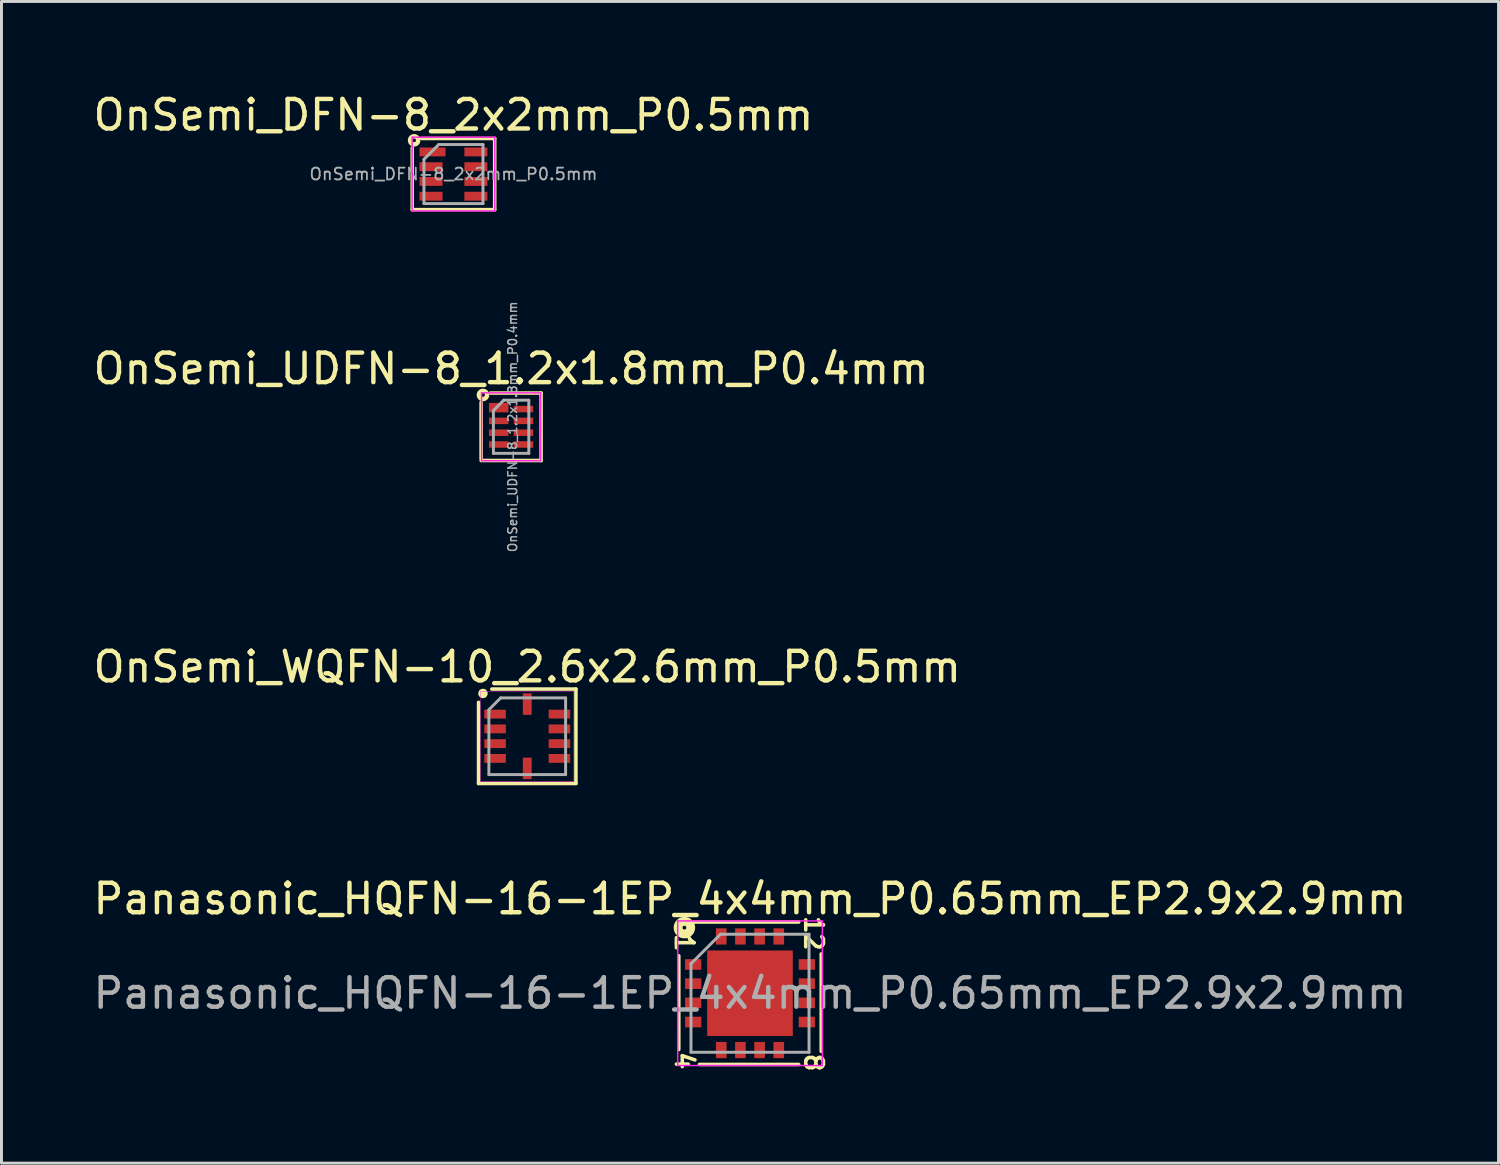
<source format=kicad_pcb>
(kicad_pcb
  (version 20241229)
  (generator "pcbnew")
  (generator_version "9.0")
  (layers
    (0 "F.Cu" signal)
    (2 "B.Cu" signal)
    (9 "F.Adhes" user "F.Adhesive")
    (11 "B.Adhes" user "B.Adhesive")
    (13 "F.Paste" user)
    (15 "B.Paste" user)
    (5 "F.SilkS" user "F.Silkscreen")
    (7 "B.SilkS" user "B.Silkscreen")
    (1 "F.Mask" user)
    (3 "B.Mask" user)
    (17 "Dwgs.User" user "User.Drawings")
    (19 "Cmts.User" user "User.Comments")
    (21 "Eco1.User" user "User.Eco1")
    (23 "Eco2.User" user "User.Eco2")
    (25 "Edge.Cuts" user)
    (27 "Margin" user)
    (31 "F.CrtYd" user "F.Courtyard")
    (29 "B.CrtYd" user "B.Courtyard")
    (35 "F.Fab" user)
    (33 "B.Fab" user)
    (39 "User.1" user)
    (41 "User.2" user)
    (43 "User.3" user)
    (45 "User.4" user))
  (footprint "Panasonic_HQFN-16-1EP_4x4mm_P0.65mm_EP2.9x2.9mm"
    (layer "F.Cu")
    (at 22.363 30.605)
    (property "Reference" "Panasonic_HQFN-16-1EP_4x4mm_P0.65mm_EP2.9x2.9mm" (at 0 -3.2 0) (layer "F.SilkS") (effects (font (size 1 1) (thickness 0.15))))
    (attr smd)
    (fp_line (start -2.413 -1.27) (end -2.413 1.905) (stroke (width 0.12) (type solid)) (layer "F.SilkS"))
    (fp_line (start -1.714 2.413) (end 1.651 2.413) (stroke (width 0.12) (type solid)) (layer "F.SilkS"))
    (fp_line (start 1.651 -2.413) (end -1.905 -2.413) (stroke (width 0.12) (type solid)) (layer "F.SilkS"))
    (fp_line (start 2.413 1.968) (end 2.413 -1.333) (stroke (width 0.12) (type solid)) (layer "F.SilkS"))
    (fp_circle (center -2.223 -2.223) (end -2.159 -2.223) (stroke (width 0.3) (type solid)) (fill no) (layer "F.SilkS"))
    (fp_line (start -2.45 -2.45) (end 2.45 -2.45) (stroke (width 0.05) (type solid)) (layer "F.CrtYd"))
    (fp_line (start -2.45 2.45) (end -2.45 -2.45) (stroke (width 0.05) (type solid)) (layer "F.CrtYd"))
    (fp_line (start -2.45 2.45) (end 2.45 2.45) (stroke (width 0.05) (type solid)) (layer "F.CrtYd"))
    (fp_line (start 2.45 -2.45) (end 2.45 2.45) (stroke (width 0.05) (type solid)) (layer "F.CrtYd"))
    (fp_line (start -2 2) (end -2 -1) (stroke (width 0.1) (type solid)) (layer "F.Fab"))
    (fp_line (start -1 -2) (end -2 -1) (stroke (width 0.1) (type solid)) (layer "F.Fab"))
    (fp_line (start -1 -2) (end 2 -2) (stroke (width 0.1) (type solid)) (layer "F.Fab"))
    (fp_line (start 2 -2) (end 2 2) (stroke (width 0.1) (type solid)) (layer "F.Fab"))
    (fp_line (start 2 2) (end -2 2) (stroke (width 0.1) (type solid)) (layer "F.Fab"))
    (fp_text user "1" (at -2.223 -1.714 270) (unlocked yes) (layer "F.SilkS") (effects (font (size 0.6 0.6) (thickness 0.12))))
    (fp_text user "12" (at 2.159 -2.032 270) (unlocked yes) (layer "F.SilkS") (effects (font (size 0.6 0.6) (thickness 0.12))))
    (fp_text user "8" (at 2.159 2.349 270) (unlocked yes) (layer "F.SilkS") (effects (font (size 0.6 0.6) (thickness 0.12))))
    (fp_text user "4" (at -2.223 2.286 270) (unlocked yes) (layer "F.SilkS") (effects (font (size 0.6 0.6) (thickness 0.12))))
    (fp_text user "${REFERENCE}" (at 0 0 0) (layer "F.Fab") (effects (font (size 1 1) (thickness 0.15))))
    (pad "" smd rect (at -1.95 -0.975) (size 0.5 0.36) (layers "F.Paste"))
    (pad "" smd rect (at -1.95 -0.325) (size 0.5 0.36) (layers "F.Paste"))
    (pad "" smd rect (at -1.95 0.325) (size 0.5 0.36) (layers "F.Paste"))
    (pad "" smd rect (at -1.95 0.975) (size 0.5 0.36) (layers "F.Paste"))
    (pad "" smd rect (at -0.975 -1.95) (size 0.36 0.5) (layers "F.Paste"))
    (pad "" smd rect (at -0.975 1.95) (size 0.36 0.5) (layers "F.Paste"))
    (pad "" smd rect (at -0.725 -0.725) (size 1.05 1.05) (layers "F.Paste"))
    (pad "" smd rect (at -0.725 0.725) (size 1.05 1.05) (layers "F.Paste"))
    (pad "" smd rect (at -0.325 -1.95) (size 0.36 0.5) (layers "F.Paste"))
    (pad "" smd rect (at -0.325 1.95) (size 0.36 0.5) (layers "F.Paste"))
    (pad "" smd rect (at 0.325 -1.95) (size 0.36 0.5) (layers "F.Paste"))
    (pad "" smd rect (at 0.325 1.95) (size 0.36 0.5) (layers "F.Paste"))
    (pad "" smd rect (at 0.725 -0.725) (size 1.05 1.05) (layers "F.Paste"))
    (pad "" smd rect (at 0.725 0.725) (size 1.05 1.05) (layers "F.Paste"))
    (pad "" smd rect (at 0.975 -1.95) (size 0.36 0.5) (layers "F.Paste"))
    (pad "" smd rect (at 0.975 1.95) (size 0.36 0.5) (layers "F.Paste"))
    (pad "" smd rect (at 1.95 -0.975) (size 0.5 0.36) (layers "F.Paste"))
    (pad "" smd rect (at 1.95 -0.325) (size 0.5 0.36) (layers "F.Paste"))
    (pad "" smd rect (at 1.95 0.325) (size 0.5 0.36) (layers "F.Paste"))
    (pad "" smd rect (at 1.95 0.975) (size 0.5 0.36) (layers "F.Paste"))
    (pad "1" smd rect (at -1.925 -0.975) (size 0.55 0.36) (layers "F.Cu" "F.Mask"))
    (pad "2" smd rect (at -1.925 -0.325) (size 0.55 0.36) (layers "F.Cu" "F.Mask"))
    (pad "3" smd rect (at -1.925 0.325) (size 0.55 0.36) (layers "F.Cu" "F.Mask"))
    (pad "4" smd rect (at -1.925 0.975) (size 0.55 0.36) (layers "F.Cu" "F.Mask"))
    (pad "5" smd rect (at -0.975 1.925) (size 0.36 0.55) (layers "F.Cu" "F.Mask"))
    (pad "6" smd rect (at -0.325 1.925) (size 0.36 0.55) (layers "F.Cu" "F.Mask"))
    (pad "7" smd rect (at 0.325 1.925) (size 0.36 0.55) (layers "F.Cu" "F.Mask"))
    (pad "8" smd rect (at 0.975 1.925) (size 0.36 0.55) (layers "F.Cu" "F.Mask"))
    (pad "9" smd rect (at 1.925 0.975) (size 0.55 0.36) (layers "F.Cu" "F.Mask"))
    (pad "10" smd rect (at 1.925 0.325) (size 0.55 0.36) (layers "F.Cu" "F.Mask"))
    (pad "11" smd rect (at 1.925 -0.325) (size 0.55 0.36) (layers "F.Cu" "F.Mask"))
    (pad "12" smd rect (at 1.925 -0.975) (size 0.55 0.36) (layers "F.Cu" "F.Mask"))
    (pad "13" smd rect (at 0.975 -1.925) (size 0.36 0.55) (layers "F.Cu" "F.Mask"))
    (pad "14" smd rect (at 0.325 -1.925) (size 0.36 0.55) (layers "F.Cu" "F.Mask"))
    (pad "15" smd rect (at -0.325 -1.925) (size 0.36 0.55) (layers "F.Cu" "F.Mask"))
    (pad "16" smd rect (at -0.975 -1.925) (size 0.36 0.55) (layers "F.Cu" "F.Mask"))
    (pad "17" smd rect (at 0 0) (size 2.9 2.9) (layers "F.Cu" "F.Mask")))
  (footprint "OnSemi_DFN-8_2x2mm_P0.5mm"
    (layer "F.Cu")
    (at 12.315 2.848)
    (property "Reference" "OnSemi_DFN-8_2x2mm_P0.5mm" (at 0 -2 0) (layer "F.SilkS") (effects (font (size 1 1) (thickness 0.15))))
    (attr smd)
    (fp_line (start -1.397 -0.889) (end -1.397 1.206) (stroke (width 0.12) (type solid)) (layer "F.SilkS"))
    (fp_line (start -1.397 1.206) (end 1.397 1.206) (stroke (width 0.12) (type solid)) (layer "F.SilkS"))
    (fp_line (start 1.397 -1.206) (end -1.079 -1.206) (stroke (width 0.12) (type solid)) (layer "F.SilkS"))
    (fp_line (start 1.397 1.206) (end 1.397 -1.206) (stroke (width 0.12) (type solid)) (layer "F.SilkS"))
    (fp_circle (center -1.333 -1.143) (end -1.27 -1.143) (stroke (width 0.15) (type solid)) (fill no) (layer "F.SilkS"))
    (fp_line (start -1.4 -1.25) (end -1.4 1.25) (stroke (width 0.05) (type solid)) (layer "F.CrtYd"))
    (fp_line (start -1.4 -1.25) (end 1.4 -1.25) (stroke (width 0.05) (type solid)) (layer "F.CrtYd"))
    (fp_line (start -1.4 1.25) (end 1.4 1.25) (stroke (width 0.05) (type solid)) (layer "F.CrtYd"))
    (fp_line (start 1.4 -1.25) (end 1.4 1.25) (stroke (width 0.05) (type solid)) (layer "F.CrtYd"))
    (fp_line (start -1 -0.5) (end -0.5 -1) (stroke (width 0.1) (type solid)) (layer "F.Fab"))
    (fp_line (start -1 1) (end -1 -0.5) (stroke (width 0.1) (type solid)) (layer "F.Fab"))
    (fp_line (start -0.5 -1) (end 1 -1) (stroke (width 0.1) (type solid)) (layer "F.Fab"))
    (fp_line (start 1 -1) (end 1 1) (stroke (width 0.1) (type solid)) (layer "F.Fab"))
    (fp_line (start 1 1) (end -1 1) (stroke (width 0.1) (type solid)) (layer "F.Fab"))
    (fp_text user "${REFERENCE}" (at 0 0 0) (layer "F.Fab") (effects (font (size 0.4 0.4) (thickness 0.06))))
    (pad "1" smd rect (at -0.71 -0.75) (size 0.88 0.3) (layers "F.Cu" "F.Mask" "F.Paste"))
    (pad "2" smd rect (at -0.76 -0.25) (size 0.78 0.3) (layers "F.Cu" "F.Mask" "F.Paste"))
    (pad "3" smd rect (at -0.76 0.25) (size 0.78 0.3) (layers "F.Cu" "F.Mask" "F.Paste"))
    (pad "4" smd rect (at -0.76 0.75) (size 0.78 0.3) (layers "F.Cu" "F.Mask" "F.Paste"))
    (pad "5" smd rect (at 0.76 0.75) (size 0.78 0.3) (layers "F.Cu" "F.Mask" "F.Paste"))
    (pad "6" smd rect (at 0.76 0.25) (size 0.78 0.3) (layers "F.Cu" "F.Mask" "F.Paste"))
    (pad "7" smd rect (at 0.76 -0.25) (size 0.78 0.3) (layers "F.Cu" "F.Mask" "F.Paste"))
    (pad "8" smd rect (at 0.76 -0.75) (size 0.78 0.3) (layers "F.Cu" "F.Mask" "F.Paste")))
  (footprint "OnSemi_WQFN-10_2.6x2.6mm_P0.5mm"
    (layer "F.Cu")
    (at 14.815 21.897)
    (property "Reference" "OnSemi_WQFN-10_2.6x2.6mm_P0.5mm" (at 0 -2.35 0) (unlocked yes) (layer "F.SilkS") (effects (font (size 1 1) (thickness 0.15))))
    (fp_line (start -1.65 1.6) (end -1.65 -1.15) (stroke (width 0.12) (type solid)) (layer "F.SilkS"))
    (fp_line (start -1.65 1.6) (end 1.65 1.6) (stroke (width 0.12) (type solid)) (layer "F.SilkS"))
    (fp_line (start 1.65 -1.6) (end -1.2 -1.6) (stroke (width 0.12) (type solid)) (layer "F.SilkS"))
    (fp_line (start 1.65 1.6) (end 1.65 -1.6) (stroke (width 0.12) (type solid)) (layer "F.SilkS"))
    (fp_circle (center -1.5 -1.45) (end -1.4 -1.45) (stroke (width 0.12) (type solid)) (fill yes) (layer "F.SilkS"))
    (fp_line (start -1.575 -1.525) (end -1.575 1.525) (stroke (width 0.013) (type solid)) (layer "F.CrtYd"))
    (fp_line (start -1.575 1.525) (end 1.575 1.525) (stroke (width 0.013) (type solid)) (layer "F.CrtYd"))
    (fp_line (start 1.575 -1.525) (end -1.575 -1.525) (stroke (width 0.013) (type solid)) (layer "F.CrtYd"))
    (fp_line (start 1.575 1.525) (end 1.575 -1.525) (stroke (width 0.013) (type solid)) (layer "F.CrtYd"))
    (fp_line (start -1.3 -0.9) (end -0.9 -1.3) (stroke (width 0.1) (type solid)) (layer "F.Fab"))
    (fp_line (start -1.3 1.3) (end -1.3 -0.9) (stroke (width 0.1) (type solid)) (layer "F.Fab"))
    (fp_line (start -0.9 -1.3) (end 1.3 -1.3) (stroke (width 0.1) (type solid)) (layer "F.Fab"))
    (fp_line (start 1.3 -1.3) (end 1.3 1.3) (stroke (width 0.1) (type solid)) (layer "F.Fab"))
    (fp_line (start 1.3 1.3) (end -1.3 1.3) (stroke (width 0.1) (type solid)) (layer "F.Fab"))
    (pad "1" smd rect (at -1.09 -0.75) (size 0.73 0.3) (layers "F.Cu" "F.Mask" "F.Paste"))
    (pad "2" smd rect (at -1.09 -0.25) (size 0.73 0.3) (layers "F.Cu" "F.Mask" "F.Paste"))
    (pad "3" smd rect (at -1.09 0.25) (size 0.73 0.3) (layers "F.Cu" "F.Mask" "F.Paste"))
    (pad "4" smd rect (at -1.09 0.75) (size 0.73 0.3) (layers "F.Cu" "F.Mask" "F.Paste"))
    (pad "5" smd rect (at 0 1.09 90) (size 0.73 0.3) (layers "F.Cu" "F.Mask" "F.Paste"))
    (pad "6" smd rect (at 1.09 0.75 180) (size 0.73 0.3) (layers "F.Cu" "F.Mask" "F.Paste"))
    (pad "7" smd rect (at 1.09 0.25 180) (size 0.73 0.3) (layers "F.Cu" "F.Mask" "F.Paste"))
    (pad "8" smd rect (at 1.09 -0.25 180) (size 0.73 0.3) (layers "F.Cu" "F.Mask" "F.Paste"))
    (pad "9" smd rect (at 1.09 -0.75 180) (size 0.73 0.3) (layers "F.Cu" "F.Mask" "F.Paste"))
    (pad "10" smd rect (at 0 -1.09 270) (size 0.73 0.3) (layers "F.Cu" "F.Mask" "F.Paste")))
  (footprint "OnSemi_UDFN-8_1.2x1.8mm_P0.4mm"
    (layer "F.Cu")
    (at 14.268 11.411)
    (property "Reference" "OnSemi_UDFN-8_1.2x1.8mm_P0.4mm" (at 0 -1.968 0) (layer "F.SilkS") (effects (font (size 1 1) (thickness 0.15))))
    (attr smd)
    (fp_line (start -1.016 -0.826) (end -1.016 1.079) (stroke (width 0.12) (type solid)) (layer "F.SilkS"))
    (fp_line (start -1.016 1.143) (end 1.016 1.143) (stroke (width 0.12) (type solid)) (layer "F.SilkS"))
    (fp_line (start 1.016 -1.143) (end -0.699 -1.143) (stroke (width 0.12) (type solid)) (layer "F.SilkS"))
    (fp_line (start 1.016 1.143) (end 1.016 -1.143) (stroke (width 0.12) (type solid)) (layer "F.SilkS"))
    (fp_circle (center -0.953 -1.079) (end -0.889 -1.079) (stroke (width 0.15) (type solid)) (fill no) (layer "F.SilkS"))
    (fp_line (start -1 -1.15) (end 1 -1.15) (stroke (width 0.05) (type solid)) (layer "F.CrtYd"))
    (fp_line (start -1 1.15) (end -1 -1.15) (stroke (width 0.05) (type solid)) (layer "F.CrtYd"))
    (fp_line (start 1 -1.15) (end 1 1.15) (stroke (width 0.05) (type solid)) (layer "F.CrtYd"))
    (fp_line (start 1 1.15) (end -1 1.15) (stroke (width 0.05) (type solid)) (layer "F.CrtYd"))
    (fp_line (start -0.6 -0.55) (end -0.25 -0.9) (stroke (width 0.1) (type solid)) (layer "F.Fab"))
    (fp_line (start -0.6 0.9) (end -0.6 -0.55) (stroke (width 0.1) (type solid)) (layer "F.Fab"))
    (fp_line (start -0.25 -0.9) (end 0.6 -0.9) (stroke (width 0.1) (type solid)) (layer "F.Fab"))
    (fp_line (start 0.6 -0.9) (end 0.6 0.9) (stroke (width 0.1) (type solid)) (layer "F.Fab"))
    (fp_line (start 0.6 0.9) (end -0.6 0.9) (stroke (width 0.1) (type solid)) (layer "F.Fab"))
    (fp_text user "${REFERENCE}" (at 0.05 0 90) (layer "F.Fab") (effects (font (size 0.3 0.3) (thickness 0.05))))
    (pad "1" smd rect (at -0.42 -0.65) (size 0.66 0.32) (layers "F.Cu" "F.Mask" "F.Paste"))
    (pad "2" smd rect (at -0.42 -0.2) (size 0.66 0.22) (layers "F.Cu" "F.Mask" "F.Paste"))
    (pad "3" smd rect (at -0.42 0.2) (size 0.66 0.22) (layers "F.Cu" "F.Mask" "F.Paste"))
    (pad "4" smd rect (at -0.42 0.6) (size 0.66 0.22) (layers "F.Cu" "F.Mask" "F.Paste"))
    (pad "5" smd rect (at 0.42 0.6) (size 0.66 0.22) (layers "F.Cu" "F.Mask" "F.Paste"))
    (pad "6" smd rect (at 0.42 0.2) (size 0.66 0.22) (layers "F.Cu" "F.Mask" "F.Paste"))
    (pad "7" smd rect (at 0.42 -0.2) (size 0.66 0.22) (layers "F.Cu" "F.Mask" "F.Paste"))
    (pad "8" smd rect (at 0.42 -0.6) (size 0.66 0.22) (layers "F.Cu" "F.Mask" "F.Paste")))
  (gr_rect
    (start -3 -3)
    (end 47.726 36.361)
    (stroke (width 0.1) (type default))
    (fill no)
    (layer "Edge.Cuts")))
</source>
